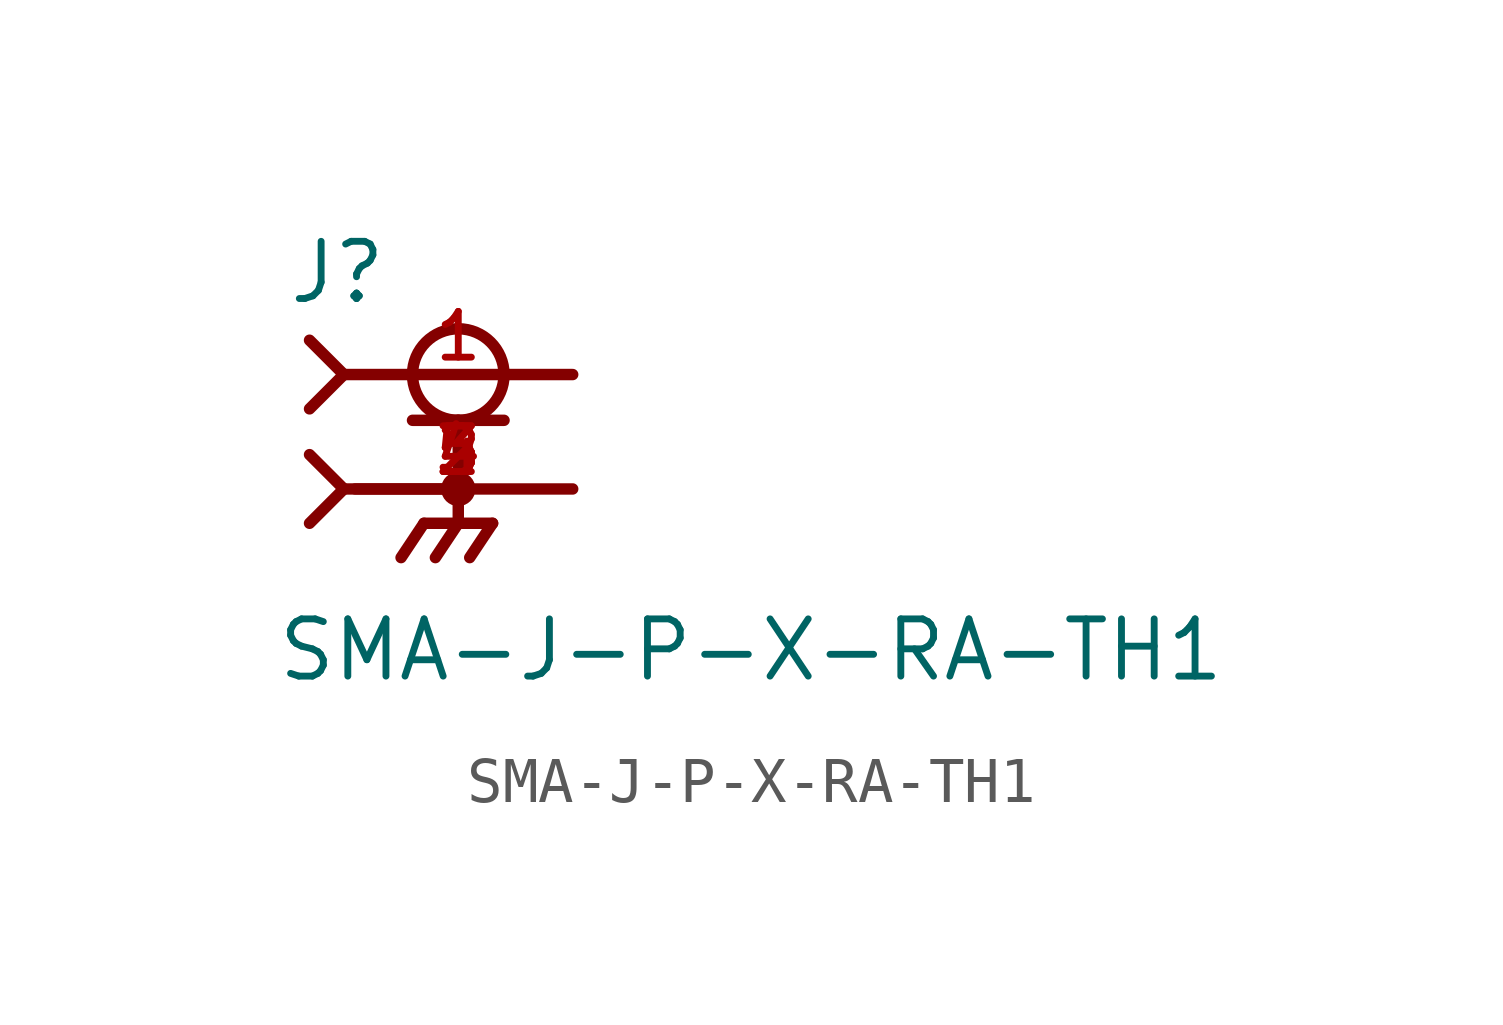
<source format=kicad_sym>
(kicad_symbol_lib
  (version 20211014)
  (generator kicad_symbol_editor)
  (symbol "SMA-J-P-X-RA-TH1"
    (pin_names
      (offset 1.016))
    (property "Reference" "J"
      (at -3.81 4.064 0)
      (effects (font (size 1.27 1.27)) (justify bottom left)))
    (property "Value" "SMA-J-P-X-RA-TH1"
      (at -4.064 -4.318 0)
      (effects (font (size 1.27 1.27)) (justify bottom left)))
    (symbol "SMA-J-P-X-RA-TH1_0_0"
      (circle (center 0.0 2.54) (radius 1.016) (stroke (width 0.254)) (fill (type none)))
      (polyline (pts (xy -1.016 1.524) (xy 0.0 1.524)) (stroke (width 0.254)))
      (polyline (pts (xy 0.0 1.524) (xy 1.016 1.524)) (stroke (width 0.254)))
      (polyline (pts (xy 0.0 0.0) (xy -2.286 0.0)) (stroke (width 0.254)))
      (polyline (pts (xy -3.302 3.302) (xy -2.54 2.54)) (stroke (width 0.254)))
      (polyline (pts (xy -3.302 1.778) (xy -2.54 2.54)) (stroke (width 0.254)))
      (polyline (pts (xy 0.0 1.524) (xy 0.0 0.0)) (stroke (width 0.254)))
      (circle (center 0.0 0.0) (radius 0.254) (stroke (width 0.254)) (fill (type none)))
      (polyline (pts (xy -2.54 2.54) (xy 2.54 2.54)) (stroke (width 0.254)))
      (polyline (pts (xy 2.54 0.0) (xy 0.0 0.0)) (stroke (width 0.254)))
      (polyline (pts (xy 0.0 0.0) (xy 0.0 -0.762)) (stroke (width 0.254)))
      (polyline (pts (xy 0.0 -0.762) (xy -0.762 -0.762)) (stroke (width 0.254)))
      (polyline (pts (xy 0.0 -0.762) (xy 0.762 -0.762)) (stroke (width 0.254)))
      (polyline (pts (xy -0.762 -0.762) (xy -1.27 -1.524)) (stroke (width 0.254)))
      (polyline (pts (xy 0.0 -0.762) (xy -0.508 -1.524)) (stroke (width 0.254)))
      (polyline (pts (xy 0.762 -0.762) (xy 0.254 -1.524)) (stroke (width 0.254)))
      (polyline (pts (xy -3.302 0.762) (xy -2.54 0.0)) (stroke (width 0.254)))
      (polyline (pts (xy -3.302 -0.762) (xy -2.54 0.0)) (stroke (width 0.254)))
      (polyline (pts (xy -2.54 0.0) (xy 0.0 0.0)) (stroke (width 0.254)))
      (pin passive line (at 2.54 2.54 180.0) (length 5.08) (name "~" (effects (font (size 1.016 1.016)))) (number "1" (effects (font (size 1.016 1.016)))))
      (pin passive line (at 2.54 0.0 180.0) (length 5.08) (name "~" (effects (font (size 1.016 1.016)))) (number "2" (effects (font (size 1.016 1.016)))))
      (pin passive line (at 2.54 0.0 180.0) (length 5.08) (name "~" (effects (font (size 1.016 1.016)))) (number "3" (effects (font (size 1.016 1.016)))))
      (pin passive line (at 2.54 0.0 180.0) (length 5.08) (name "~" (effects (font (size 1.016 1.016)))) (number "4" (effects (font (size 1.016 1.016)))))
      (pin passive line (at 2.54 0.0 180.0) (length 5.08) (name "~" (effects (font (size 1.016 1.016)))) (number "5" (effects (font (size 1.016 1.016))))))))
</source>
